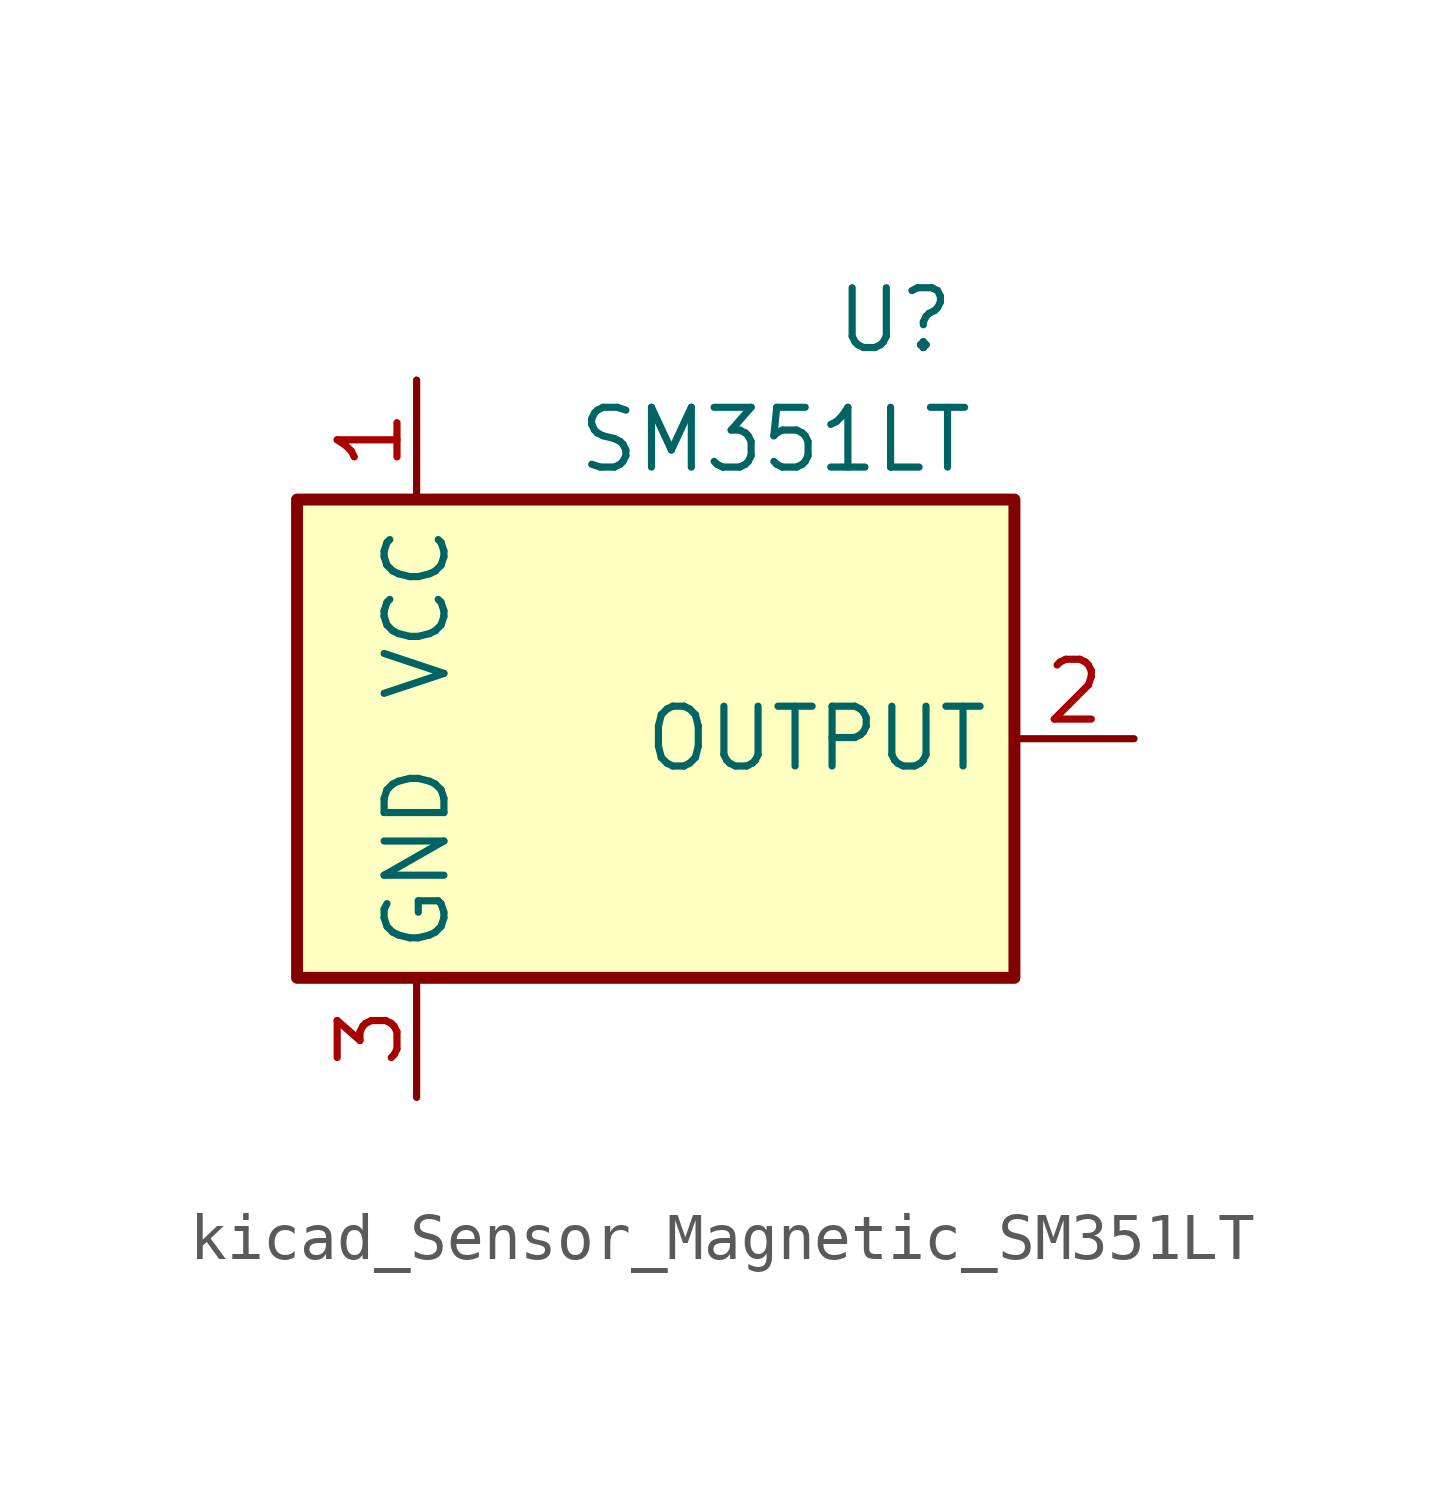
<source format=kicad_sym>
(kicad_symbol_lib
  (version 20220914)
  (generator kicad_symbol_editor)
  (symbol "kicad_Sensor_Magnetic_SM351LT"
    (property "Reference" "U"
      (at 5.08 8.89 0)
      (effects (font (size 1.27 1.27))))
    (property "Value" "SM351LT"
      (at 2.54 6.35 0)
      (effects (font (size 1.27 1.27))))
    (symbol "kicad_Sensor_Magnetic_SM351LT_0_1"
      (rectangle (start 7.62 5.08) (end -7.62 -5.08) (stroke (width 0.254) (type default)) (fill (type background))))
    (symbol "kicad_Sensor_Magnetic_SM351LT_1_1"
      (pin power_in line (at -5.08 7.62 270) (length 2.54) (name "VCC" (effects (font (size 1.27 1.27)))) (number "1" (effects (font (size 1.27 1.27)))))
      (pin output line (at 10.16 0 180) (length 2.54) (name "OUTPUT" (effects (font (size 1.27 1.27)))) (number "2" (effects (font (size 1.27 1.27)))))
      (pin power_in line (at -5.08 -7.62 90) (length 2.54) (name "GND" (effects (font (size 1.27 1.27)))) (number "3" (effects (font (size 1.27 1.27))))))))
</source>
